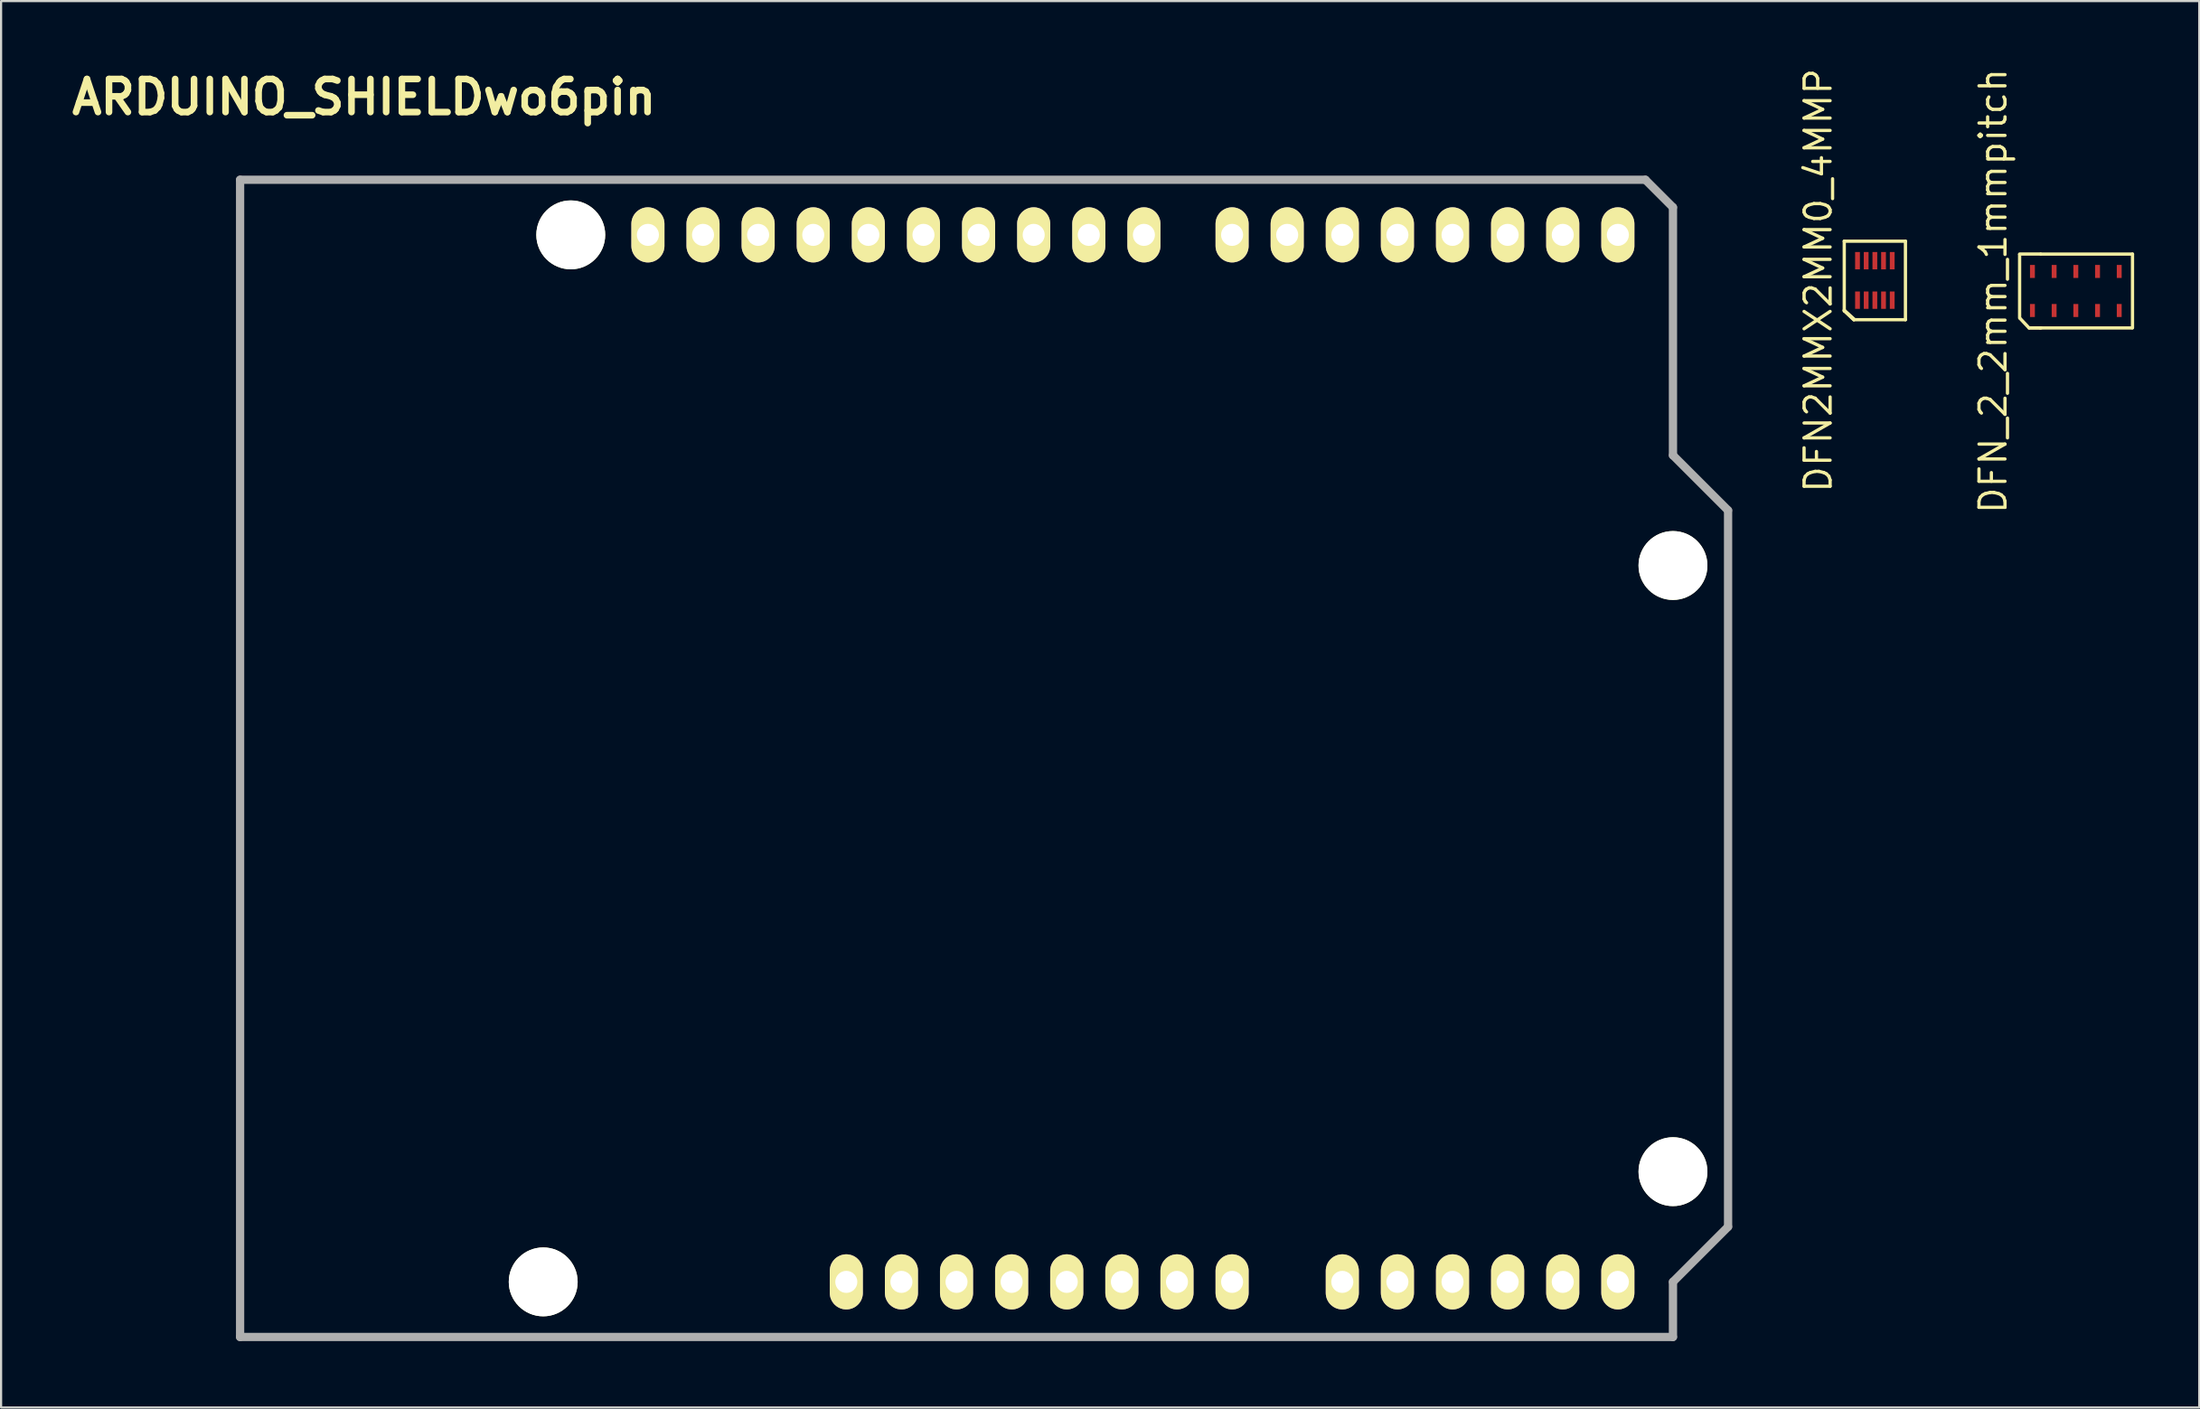
<source format=kicad_pcb>
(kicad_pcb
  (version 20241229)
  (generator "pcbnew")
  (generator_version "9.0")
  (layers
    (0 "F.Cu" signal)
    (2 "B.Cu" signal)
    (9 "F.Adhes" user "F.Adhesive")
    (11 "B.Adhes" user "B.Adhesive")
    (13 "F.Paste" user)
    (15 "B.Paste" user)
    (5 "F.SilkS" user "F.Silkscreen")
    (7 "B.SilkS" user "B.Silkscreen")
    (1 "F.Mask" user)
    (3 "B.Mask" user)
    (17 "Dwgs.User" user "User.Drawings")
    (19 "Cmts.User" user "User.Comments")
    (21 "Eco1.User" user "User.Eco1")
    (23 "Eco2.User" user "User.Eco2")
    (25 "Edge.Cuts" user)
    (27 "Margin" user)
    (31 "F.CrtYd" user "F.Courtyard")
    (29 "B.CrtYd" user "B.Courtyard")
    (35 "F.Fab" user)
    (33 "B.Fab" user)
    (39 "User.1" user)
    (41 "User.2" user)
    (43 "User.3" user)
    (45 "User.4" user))
  (footprint "DFN2MMX2MM0_4MMP"
    (layer "F.Cu")
    (at 83.361 9.876)
    (property "Reference" "DFN2MMX2MM0_4MMP" (at -2.61 0 90) (layer "F.SilkS") (effects (font (size 1.2 1.2) (thickness 0.15))))
    (attr through_hole)
    (fp_line (start -1.41 -1.81) (end -1.41 1.41) (stroke (width 0.15) (type solid)) (layer "F.SilkS"))
    (fp_line (start -1.41 1.38) (end -0.95 1.79) (stroke (width 0.15) (type solid)) (layer "F.SilkS"))
    (fp_line (start -1.4 1.41) (end -0.97 1.81) (stroke (width 0.15) (type solid)) (layer "F.SilkS"))
    (fp_line (start -0.97 1.81) (end -1.41 1.38) (stroke (width 0.15) (type solid)) (layer "F.SilkS"))
    (fp_line (start -0.95 1.81) (end 1.41 1.81) (stroke (width 0.15) (type solid)) (layer "F.SilkS"))
    (fp_line (start 1.41 -1.81) (end -1.41 -1.81) (stroke (width 0.15) (type solid)) (layer "F.SilkS"))
    (fp_line (start 1.41 1.81) (end 1.41 -1.81) (stroke (width 0.15) (type solid)) (layer "F.SilkS"))
    (pad "1" smd rect (at -0.8 0.91) (size 0.22 0.8) (layers "F.Cu" "F.Mask" "F.Paste"))
    (pad "2" smd rect (at -0.4 0.91) (size 0.22 0.8) (layers "F.Cu" "F.Mask" "F.Paste"))
    (pad "3" smd rect (at 0 0.91) (size 0.22 0.8) (layers "F.Cu" "F.Mask" "F.Paste"))
    (pad "4" smd rect (at 0.4 0.91) (size 0.22 0.8) (layers "F.Cu" "F.Mask" "F.Paste"))
    (pad "5" smd rect (at 0.8 0.91) (size 0.22 0.8) (layers "F.Cu" "F.Mask" "F.Paste"))
    (pad "6" smd rect (at 0.8 -0.91) (size 0.22 0.8) (layers "F.Cu" "F.Mask" "F.Paste"))
    (pad "7" smd rect (at 0.4 -0.91) (size 0.22 0.8) (layers "F.Cu" "F.Mask" "F.Paste"))
    (pad "8" smd rect (at 0 -0.91) (size 0.22 0.8) (layers "F.Cu" "F.Mask" "F.Paste"))
    (pad "9" smd rect (at -0.4 -0.91) (size 0.22 0.8) (layers "F.Cu" "F.Mask" "F.Paste"))
    (pad "10" smd rect (at -0.8 -0.91) (size 0.22 0.8) (layers "F.Cu" "F.Mask" "F.Paste")))
  (footprint "DFN_2_2mm_1mmpitch"
    (layer "F.Cu")
    (at 92.624 10.362)
    (property "Reference" "DFN_2_2mm_1mmpitch" (at -3.812 0 90) (layer "F.SilkS") (effects (font (size 1.2 1.2) (thickness 0.15))))
    (attr through_hole)
    (fp_line (start -2.591 1.245) (end -2.591 -1.676) (stroke (width 0.15) (type solid)) (layer "F.SilkS"))
    (fp_line (start -2.159 1.702) (end -2.565 1.27) (stroke (width 0.15) (type solid)) (layer "F.SilkS"))
    (fp_line (start -1.651 1.702) (end -2.159 1.702) (stroke (width 0.15) (type solid)) (layer "F.SilkS"))
    (fp_line (start -1.626 -1.702) (end -2.591 -1.702) (stroke (width 0.15) (type solid)) (layer "F.SilkS"))
    (fp_line (start -1.6 1.702) (end -2.134 1.702) (stroke (width 0.15) (type solid)) (layer "F.SilkS"))
    (fp_line (start 2.587 1.704) (end -1.638 1.704) (stroke (width 0.15) (type solid)) (layer "F.SilkS"))
    (fp_line (start 2.612 -1.7) (end -1.613 -1.7) (stroke (width 0.15) (type solid)) (layer "F.SilkS"))
    (fp_line (start 2.612 1.7) (end 2.612 -1.7) (stroke (width 0.15) (type solid)) (layer "F.SilkS"))
    (pad "1" smd rect (at -2 0.9) (size 0.225 0.6) (layers "F.Cu" "F.Mask" "F.Paste"))
    (pad "2" smd rect (at -1 0.9) (size 0.225 0.6) (layers "F.Cu" "F.Mask" "F.Paste"))
    (pad "3" smd rect (at 0 0.9) (size 0.225 0.6) (layers "F.Cu" "F.Mask" "F.Paste"))
    (pad "4" smd rect (at 1 0.9) (size 0.225 0.6) (layers "F.Cu" "F.Mask" "F.Paste"))
    (pad "5" smd rect (at 2 0.9) (size 0.225 0.6) (layers "F.Cu" "F.Mask" "F.Paste"))
    (pad "6" smd rect (at 2 -0.9) (size 0.225 0.6) (layers "F.Cu" "F.Mask" "F.Paste"))
    (pad "7" smd rect (at 1 -0.9) (size 0.225 0.6) (layers "F.Cu" "F.Mask" "F.Paste"))
    (pad "8" smd rect (at 0 -0.9) (size 0.225 0.6) (layers "F.Cu" "F.Mask" "F.Paste"))
    (pad "9" smd rect (at -1 -0.9) (size 0.225 0.6) (layers "F.Cu" "F.Mask" "F.Paste"))
    (pad "10" smd rect (at -2 -0.9) (size 0.225 0.6) (layers "F.Cu" "F.Mask" "F.Paste")))
  (footprint "ARDUINO_SHIELDwo6pin"
    (layer "F.Cu")
    (at 8.016 58.576)
    (property "Reference" "ARDUINO_SHIELDwo6pin" (at 5.715 -57.15 0) (layer "F.SilkS") (effects (font (size 1.524 1.524) (thickness 0.305))))
    (attr through_hole)
    (fp_line (start 0 0) (end 0 -53.34) (stroke (width 0.381) (type solid)) (layer "F.Fab"))
    (fp_line (start 64.77 -53.34) (end 0 -53.34) (stroke (width 0.381) (type solid)) (layer "F.Fab"))
    (fp_line (start 66.04 -52.07) (end 64.77 -53.34) (stroke (width 0.381) (type solid)) (layer "F.Fab"))
    (fp_line (start 66.04 -40.64) (end 66.04 -52.07) (stroke (width 0.381) (type solid)) (layer "F.Fab"))
    (fp_line (start 66.04 -40.64) (end 68.58 -38.1) (stroke (width 0.381) (type solid)) (layer "F.Fab"))
    (fp_line (start 66.04 -2.54) (end 66.04 0) (stroke (width 0.381) (type solid)) (layer "F.Fab"))
    (fp_line (start 66.04 0) (end 0 0) (stroke (width 0.381) (type solid)) (layer "F.Fab"))
    (fp_line (start 68.58 -38.1) (end 68.58 -5.08) (stroke (width 0.381) (type solid)) (layer "F.Fab"))
    (fp_line (start 68.58 -5.08) (end 66.04 -2.54) (stroke (width 0.381) (type solid)) (layer "F.Fab"))
    (pad "" np_thru_hole circle (at 13.97 -2.54 90) (size 3.175 3.175) (drill 3.175) (layers "*.Cu" "*.Mask" "F.SilkS"))
    (pad "" np_thru_hole circle (at 15.24 -50.8 90) (size 3.175 3.175) (drill 3.175) (layers "*.Cu" "*.Mask" "F.SilkS"))
    (pad "" np_thru_hole circle (at 66.04 -35.56 90) (size 3.175 3.175) (drill 3.175) (layers "*.Cu" "*.Mask" "F.SilkS"))
    (pad "" np_thru_hole circle (at 66.04 -7.62 90) (size 3.175 3.175) (drill 3.175) (layers "*.Cu" "*.Mask" "F.SilkS"))
    (pad "0" thru_hole oval (at 63.5 -50.8 90) (size 2.54 1.524) (drill 1.016) (layers "*.Cu" "*.Mask" "F.SilkS"))
    (pad "1" thru_hole oval (at 60.96 -50.8 90) (size 2.54 1.524) (drill 1.016) (layers "*.Cu" "*.Mask" "F.SilkS"))
    (pad "2" thru_hole oval (at 58.42 -50.8 90) (size 2.54 1.524) (drill 1.016) (layers "*.Cu" "*.Mask" "F.SilkS"))
    (pad "3" thru_hole oval (at 55.88 -50.8 90) (size 2.54 1.524) (drill 1.016) (layers "*.Cu" "*.Mask" "F.SilkS"))
    (pad "3V3" thru_hole oval (at 35.56 -2.54 90) (size 2.54 1.524) (drill 1.016) (layers "*.Cu" "*.Mask" "F.SilkS"))
    (pad "4" thru_hole oval (at 53.34 -50.8 90) (size 2.54 1.524) (drill 1.016) (layers "*.Cu" "*.Mask" "F.SilkS"))
    (pad "5" thru_hole oval (at 50.8 -50.8 90) (size 2.54 1.524) (drill 1.016) (layers "*.Cu" "*.Mask" "F.SilkS"))
    (pad "5V" thru_hole oval (at 38.1 -2.54 90) (size 2.54 1.524) (drill 1.016) (layers "*.Cu" "*.Mask" "F.SilkS"))
    (pad "6" thru_hole oval (at 48.26 -50.8 90) (size 2.54 1.524) (drill 1.016) (layers "*.Cu" "*.Mask" "F.SilkS"))
    (pad "7" thru_hole oval (at 45.72 -50.8 90) (size 2.54 1.524) (drill 1.016) (layers "*.Cu" "*.Mask" "F.SilkS"))
    (pad "8" thru_hole oval (at 41.656 -50.8 90) (size 2.54 1.524) (drill 1.016) (layers "*.Cu" "*.Mask" "F.SilkS"))
    (pad "9" thru_hole oval (at 39.116 -50.8 90) (size 2.54 1.524) (drill 1.016) (layers "*.Cu" "*.Mask" "F.SilkS"))
    (pad "10" thru_hole oval (at 36.576 -50.8 90) (size 2.54 1.524) (drill 1.016) (layers "*.Cu" "*.Mask" "F.SilkS"))
    (pad "11" thru_hole oval (at 34.036 -50.8 90) (size 2.54 1.524) (drill 1.016) (layers "*.Cu" "*.Mask" "F.SilkS"))
    (pad "12" thru_hole oval (at 31.496 -50.8 90) (size 2.54 1.524) (drill 1.016) (layers "*.Cu" "*.Mask" "F.SilkS"))
    (pad "13" thru_hole oval (at 28.956 -50.8 90) (size 2.54 1.524) (drill 1.016) (layers "*.Cu" "*.Mask" "F.SilkS"))
    (pad "AD0" thru_hole oval (at 50.8 -2.54 90) (size 2.54 1.524) (drill 1.016) (layers "*.Cu" "*.Mask" "F.SilkS"))
    (pad "AD1" thru_hole oval (at 53.34 -2.54 90) (size 2.54 1.524) (drill 1.016) (layers "*.Cu" "*.Mask" "F.SilkS"))
    (pad "AD2" thru_hole oval (at 55.88 -2.54 90) (size 2.54 1.524) (drill 1.016) (layers "*.Cu" "*.Mask" "F.SilkS"))
    (pad "AD3" thru_hole oval (at 58.42 -2.54 90) (size 2.54 1.524) (drill 1.016) (layers "*.Cu" "*.Mask" "F.SilkS"))
    (pad "AD4" thru_hole oval (at 60.96 -2.54 90) (size 2.54 1.524) (drill 1.016) (layers "*.Cu" "*.Mask" "F.SilkS"))
    (pad "AD5" thru_hole oval (at 63.5 -2.54 90) (size 2.54 1.524) (drill 1.016) (layers "*.Cu" "*.Mask" "F.SilkS"))
    (pad "AREF" thru_hole oval (at 23.876 -50.8 90) (size 2.54 1.524) (drill 1.016) (layers "*.Cu" "*.Mask" "F.SilkS"))
    (pad "GND1" thru_hole oval (at 40.64 -2.54 90) (size 2.54 1.524) (drill 1.016) (layers "*.Cu" "*.Mask" "F.SilkS"))
    (pad "GND2" thru_hole oval (at 43.18 -2.54 90) (size 2.54 1.524) (drill 1.016) (layers "*.Cu" "*.Mask" "F.SilkS"))
    (pad "GND3" thru_hole oval (at 26.416 -50.8 90) (size 2.54 1.524) (drill 1.016) (layers "*.Cu" "*.Mask" "F.SilkS"))
    (pad "IORE" thru_hole oval (at 30.48 -2.54 90) (size 2.54 1.524) (drill 1.016) (layers "*.Cu" "*.Mask" "F.SilkS"))
    (pad "NC" thru_hole oval (at 27.94 -2.54 90) (size 2.54 1.524) (drill 1.016) (layers "*.Cu" "*.Mask" "F.SilkS"))
    (pad "RST" thru_hole oval (at 33.02 -2.54 90) (size 2.54 1.524) (drill 1.016) (layers "*.Cu" "*.Mask" "F.SilkS"))
    (pad "SCL" thru_hole oval (at 18.796 -50.8 90) (size 2.54 1.524) (drill 1.016) (layers "*.Cu" "*.Mask" "F.SilkS"))
    (pad "SDA" thru_hole oval (at 21.336 -50.8 90) (size 2.54 1.524) (drill 1.016) (layers "*.Cu" "*.Mask" "F.SilkS"))
    (pad "V_IN" thru_hole oval (at 45.72 -2.54 90) (size 2.54 1.524) (drill 1.016) (layers "*.Cu" "*.Mask" "F.SilkS")))
  (gr_rect
    (start -3 -3)
    (end 98.312 61.826)
    (stroke (width 0.1) (type default))
    (fill no)
    (layer "Edge.Cuts")))
</source>
